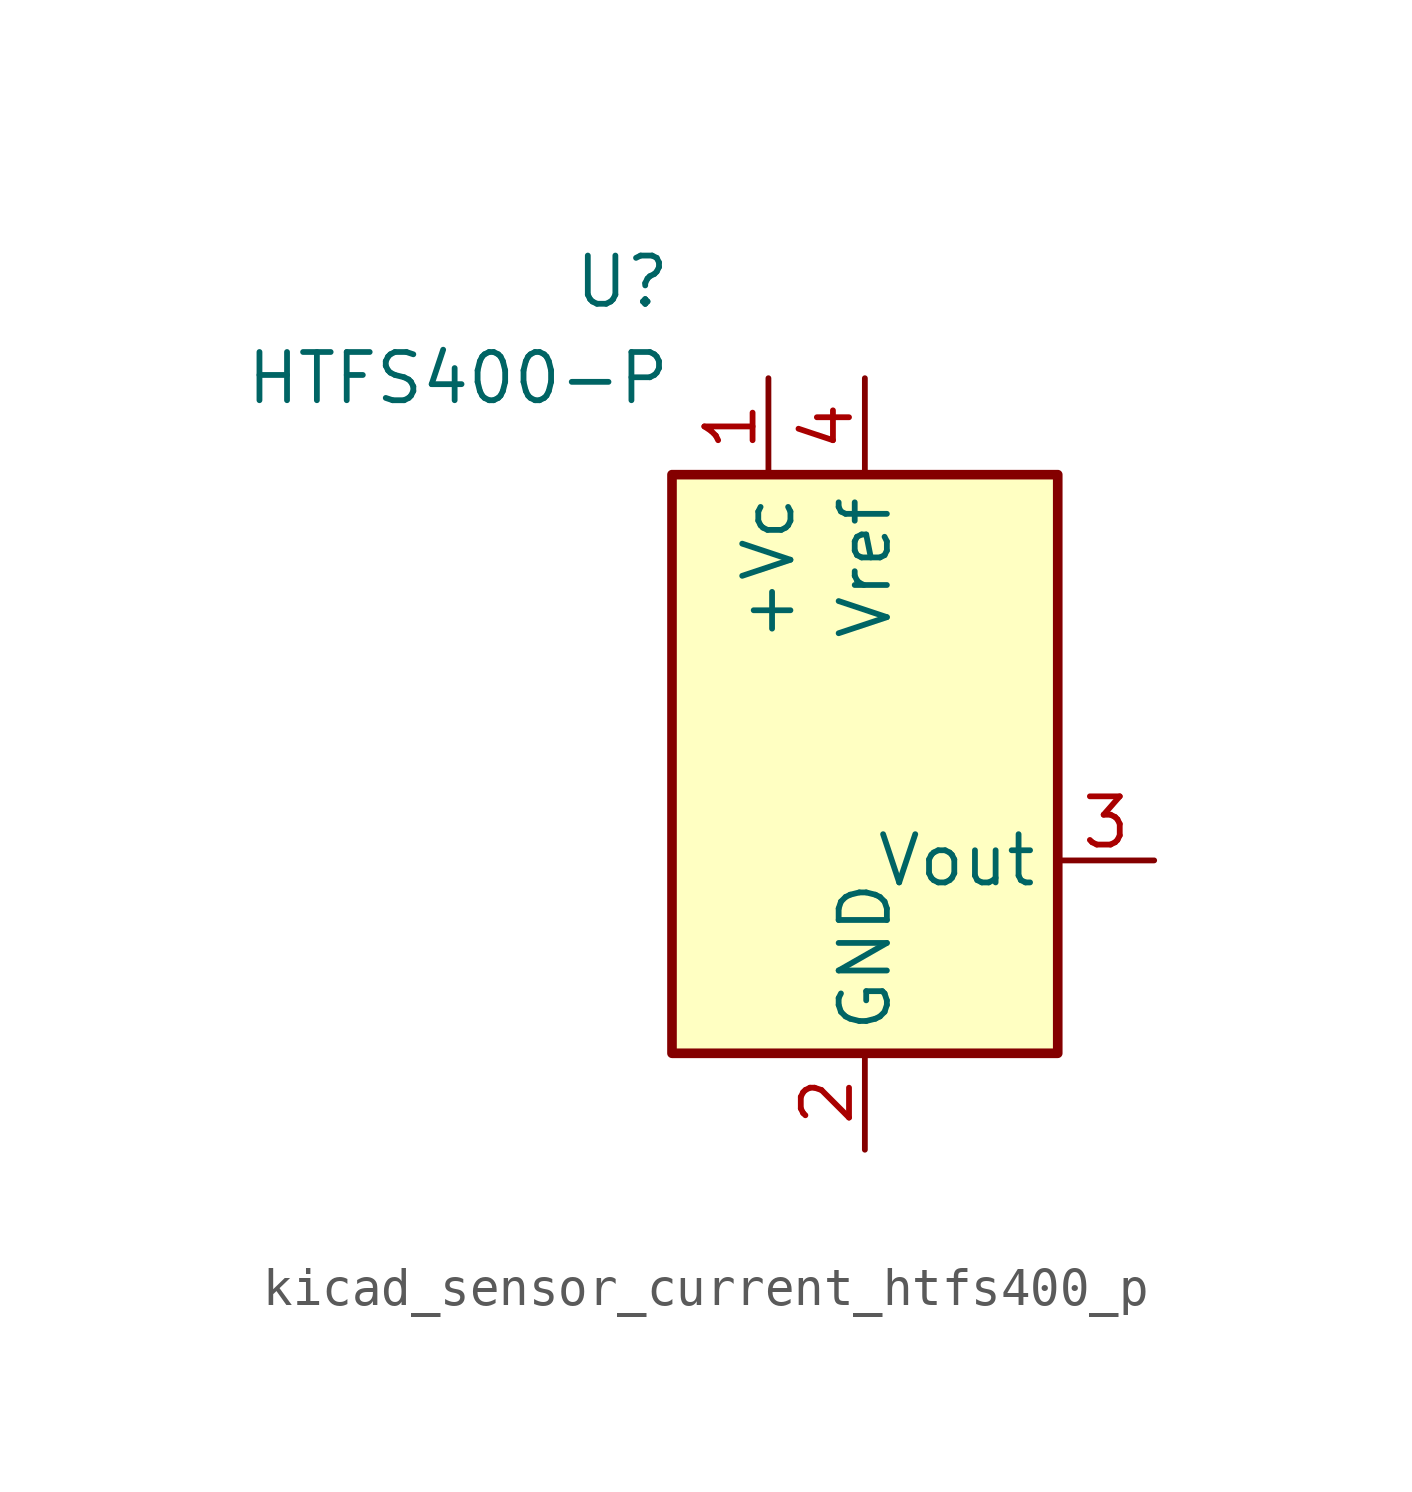
<source format=kicad_sym>
(kicad_symbol_lib
  (version 20220914)
  (generator kicad_symbol_editor)
  (symbol "kicad_sensor_current_htfs400_p"
    (property "Reference" "U"
      (at 0 12.7 0)
      (effects (font (size 1.27 1.27)) (justify right)))
    (property "Value" "HTFS400-P"
      (at 0 10.16 0)
      (effects (font (size 1.27 1.27)) (justify right)))
    (symbol "kicad_sensor_current_htfs400_p_0_1"
      (rectangle (start 0 7.62) (end 10.16 -7.62) (stroke (width 0.254) (type default)) (fill (type background))))
    (symbol "kicad_sensor_current_htfs400_p_1_1"
      (pin power_in line (at 2.54 10.16 270) (length 2.54) (name "+Vc" (effects (font (size 1.27 1.27)))) (number "1" (effects (font (size 1.27 1.27)))))
      (pin power_in line (at 5.08 -10.16 90) (length 2.54) (name "GND" (effects (font (size 1.27 1.27)))) (number "2" (effects (font (size 1.27 1.27)))))
      (pin output line (at 12.7 -2.54 180) (length 2.54) (name "Vout" (effects (font (size 1.27 1.27)))) (number "3" (effects (font (size 1.27 1.27)))))
      (pin passive line (at 5.08 10.16 270) (length 2.54) (name "Vref" (effects (font (size 1.27 1.27)))) (number "4" (effects (font (size 1.27 1.27))))))))
</source>
